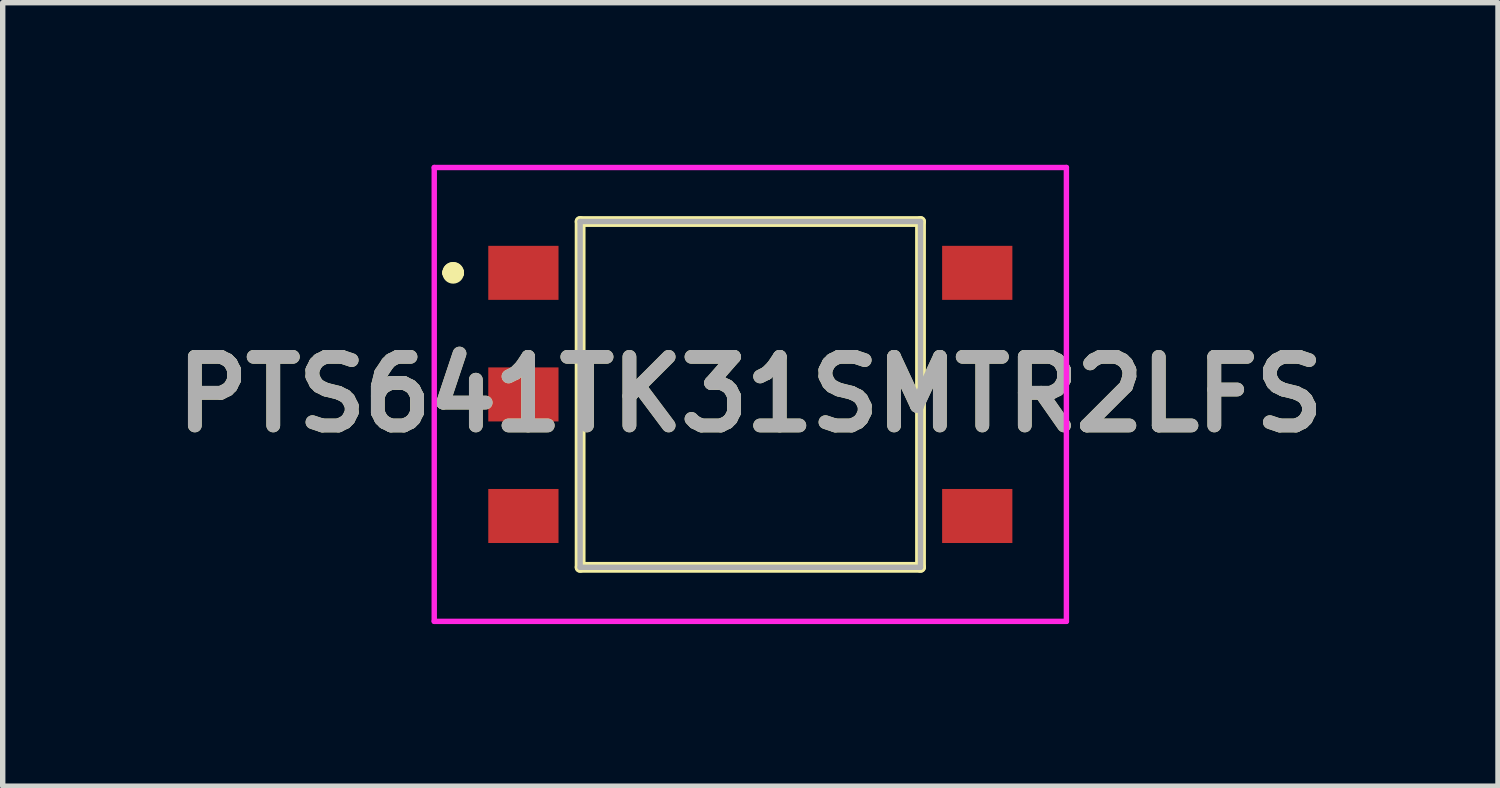
<source format=kicad_pcb>
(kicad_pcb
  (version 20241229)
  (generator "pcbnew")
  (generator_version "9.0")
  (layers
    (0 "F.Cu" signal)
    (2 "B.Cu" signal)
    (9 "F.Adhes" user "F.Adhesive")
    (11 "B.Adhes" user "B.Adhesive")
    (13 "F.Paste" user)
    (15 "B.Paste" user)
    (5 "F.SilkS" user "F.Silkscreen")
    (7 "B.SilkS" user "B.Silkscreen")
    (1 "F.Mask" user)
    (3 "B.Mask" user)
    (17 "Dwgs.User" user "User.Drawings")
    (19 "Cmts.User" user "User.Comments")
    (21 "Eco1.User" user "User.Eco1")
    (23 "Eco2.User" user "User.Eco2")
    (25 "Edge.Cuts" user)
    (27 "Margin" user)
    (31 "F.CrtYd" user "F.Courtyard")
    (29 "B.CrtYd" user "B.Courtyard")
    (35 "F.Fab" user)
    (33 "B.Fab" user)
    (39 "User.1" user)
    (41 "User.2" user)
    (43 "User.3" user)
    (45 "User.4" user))
  (footprint "PTS641TK31SMTR2LFS"
    (layer "F.Cu")
    (at 10.837 4.25)
    (property "Reference" "PTS641TK31SMTR2LFS" (at 0 0 0) (layer "F.SilkS") (effects (font (size 1.27 1.27) (thickness 0.254))))
    (attr smd)
    (fp_line (start -5.6 -2.25) (end -5.6 -2.25) (stroke (width 0.2) (type solid)) (layer "F.SilkS"))
    (fp_line (start -5.4 -2.25) (end -5.4 -2.25) (stroke (width 0.2) (type solid)) (layer "F.SilkS"))
    (fp_line (start -5.4 -2.25) (end -5.4 -2.25) (stroke (width 0.2) (type solid)) (layer "F.SilkS"))
    (fp_line (start -3.15 -3.2) (end -3.15 3.2) (stroke (width 0.2) (type solid)) (layer "F.SilkS"))
    (fp_line (start -3.15 3.2) (end 3.15 3.2) (stroke (width 0.2) (type solid)) (layer "F.SilkS"))
    (fp_line (start 3.15 -3.2) (end -3.15 -3.2) (stroke (width 0.2) (type solid)) (layer "F.SilkS"))
    (fp_line (start 3.15 3.2) (end 3.15 -3.2) (stroke (width 0.2) (type solid)) (layer "F.SilkS"))
    (fp_arc (start -5.6 -2.25) (mid -5.5 -2.35) (end -5.4 -2.25) (stroke (width 0.2) (type solid)) (layer "F.SilkS"))
    (fp_arc (start -5.6 -2.25) (mid -5.5 -2.35) (end -5.4 -2.25) (stroke (width 0.2) (type solid)) (layer "F.SilkS"))
    (fp_arc (start -5.4 -2.25) (mid -5.5 -2.15) (end -5.6 -2.25) (stroke (width 0.2) (type solid)) (layer "F.SilkS"))
    (fp_line (start -5.85 -4.2) (end 5.85 -4.2) (stroke (width 0.1) (type solid)) (layer "F.CrtYd"))
    (fp_line (start -5.85 4.2) (end -5.85 -4.2) (stroke (width 0.1) (type solid)) (layer "F.CrtYd"))
    (fp_line (start 5.85 -4.2) (end 5.85 4.2) (stroke (width 0.1) (type solid)) (layer "F.CrtYd"))
    (fp_line (start 5.85 4.2) (end -5.85 4.2) (stroke (width 0.1) (type solid)) (layer "F.CrtYd"))
    (fp_line (start -3.15 -3.2) (end -3.15 3.2) (stroke (width 0.1) (type solid)) (layer "F.Fab"))
    (fp_line (start -3.15 3.2) (end 3.15 3.2) (stroke (width 0.1) (type solid)) (layer "F.Fab"))
    (fp_line (start 3.15 -3.2) (end -3.15 -3.2) (stroke (width 0.1) (type solid)) (layer "F.Fab"))
    (fp_line (start 3.15 3.2) (end 3.15 -3.2) (stroke (width 0.1) (type solid)) (layer "F.Fab"))
    (fp_text user "${REFERENCE}" (at 0 0 0) (layer "F.Fab") (effects (font (size 1.27 1.27) (thickness 0.254))))
    (pad "1" smd rect (at -4.2 -2.25 90) (size 1 1.3) (layers "F.Cu" "F.Mask" "F.Paste"))
    (pad "2" smd rect (at 4.2 -2.25 90) (size 1 1.3) (layers "F.Cu" "F.Mask" "F.Paste"))
    (pad "3" smd rect (at -4.2 2.25 90) (size 1 1.3) (layers "F.Cu" "F.Mask" "F.Paste"))
    (pad "4" smd rect (at 4.2 2.25 90) (size 1 1.3) (layers "F.Cu" "F.Mask" "F.Paste"))
    (pad "5" smd rect (at -4.2 0 90) (size 1 1.3) (layers "F.Cu" "F.Mask" "F.Paste")))
  (gr_rect
    (start -3 -3)
    (end 24.675 11.5)
    (stroke (width 0.1) (type default))
    (fill no)
    (layer "Edge.Cuts")))
</source>
